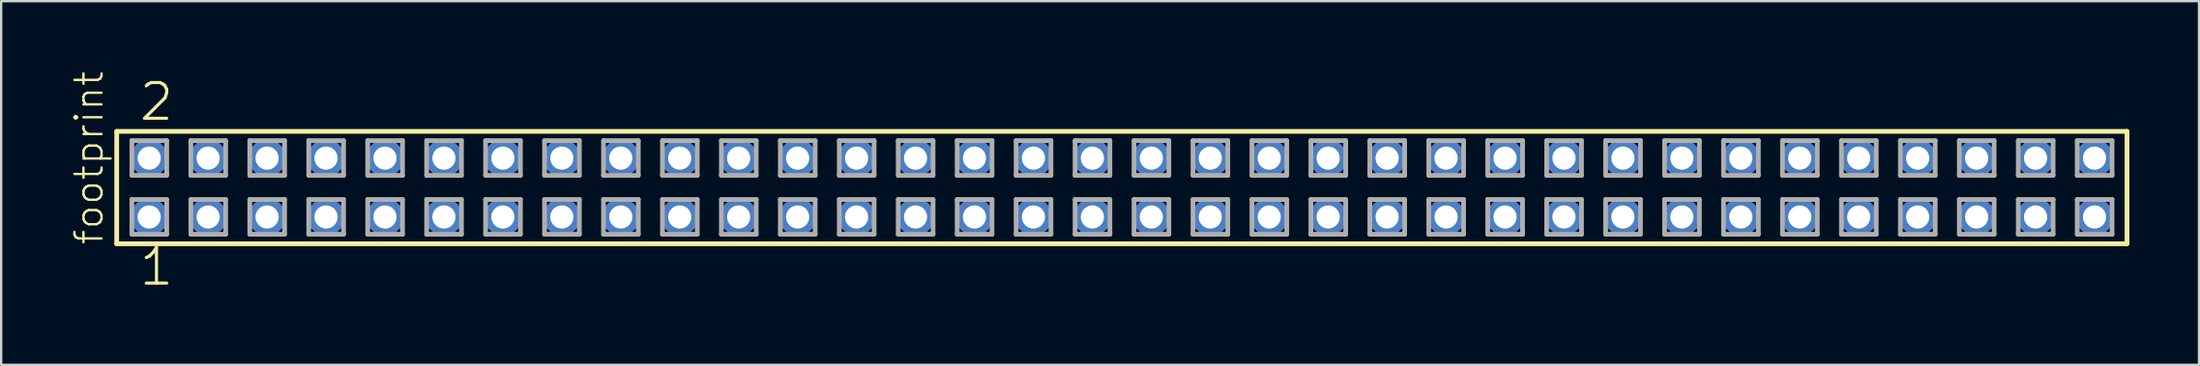
<source format=kicad_pcb>
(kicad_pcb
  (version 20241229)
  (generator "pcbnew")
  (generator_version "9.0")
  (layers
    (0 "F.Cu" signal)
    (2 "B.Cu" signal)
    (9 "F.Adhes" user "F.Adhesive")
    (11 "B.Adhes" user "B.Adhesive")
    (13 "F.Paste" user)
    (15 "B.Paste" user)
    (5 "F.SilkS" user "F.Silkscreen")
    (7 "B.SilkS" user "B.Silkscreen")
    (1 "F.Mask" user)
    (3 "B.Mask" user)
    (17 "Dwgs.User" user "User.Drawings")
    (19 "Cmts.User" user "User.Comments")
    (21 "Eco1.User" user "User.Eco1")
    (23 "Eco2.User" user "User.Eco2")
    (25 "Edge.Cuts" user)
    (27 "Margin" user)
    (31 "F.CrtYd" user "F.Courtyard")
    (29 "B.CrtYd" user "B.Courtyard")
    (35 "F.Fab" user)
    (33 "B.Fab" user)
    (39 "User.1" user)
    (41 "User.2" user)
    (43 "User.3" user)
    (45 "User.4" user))
  (footprint "footprint"
    (layer "F.Cu")
    (at 45.288 5.042)
    (property "Reference" "footprint" (at -43.815 2.54 90) (layer "F.SilkS") (effects (font (size 1.168 1.168) (thickness 0.102)) (justify left bottom)))
    (fp_line (start -43.309 -2.425) (end 43.309 -2.425) (stroke (width 0.203) (type solid)) (layer "F.SilkS"))
    (fp_line (start -43.309 2.425) (end -43.309 -2.425) (stroke (width 0.203) (type solid)) (layer "F.SilkS"))
    (fp_line (start 43.309 -2.425) (end 43.309 2.425) (stroke (width 0.203) (type solid)) (layer "F.SilkS"))
    (fp_line (start 43.309 2.425) (end -43.309 2.425) (stroke (width 0.203) (type solid)) (layer "F.SilkS"))
    (fp_line (start -42.655 -2.025) (end -41.155 -2.025) (stroke (width 0.203) (type solid)) (layer "F.Fab"))
    (fp_line (start -42.655 -0.525) (end -42.655 -2.025) (stroke (width 0.203) (type solid)) (layer "F.Fab"))
    (fp_line (start -42.655 0.515) (end -41.155 0.515) (stroke (width 0.203) (type solid)) (layer "F.Fab"))
    (fp_line (start -42.655 2.015) (end -42.655 0.515) (stroke (width 0.203) (type solid)) (layer "F.Fab"))
    (fp_line (start -41.155 -2.025) (end -41.155 -0.525) (stroke (width 0.203) (type solid)) (layer "F.Fab"))
    (fp_line (start -41.155 -0.525) (end -42.655 -0.525) (stroke (width 0.203) (type solid)) (layer "F.Fab"))
    (fp_line (start -41.155 0.515) (end -41.155 2.015) (stroke (width 0.203) (type solid)) (layer "F.Fab"))
    (fp_line (start -41.155 2.015) (end -42.655 2.015) (stroke (width 0.203) (type solid)) (layer "F.Fab"))
    (fp_line (start -40.115 -2.025) (end -38.615 -2.025) (stroke (width 0.203) (type solid)) (layer "F.Fab"))
    (fp_line (start -40.115 -0.525) (end -40.115 -2.025) (stroke (width 0.203) (type solid)) (layer "F.Fab"))
    (fp_line (start -40.115 0.515) (end -38.615 0.515) (stroke (width 0.203) (type solid)) (layer "F.Fab"))
    (fp_line (start -40.115 2.015) (end -40.115 0.515) (stroke (width 0.203) (type solid)) (layer "F.Fab"))
    (fp_line (start -38.615 -2.025) (end -38.615 -0.525) (stroke (width 0.203) (type solid)) (layer "F.Fab"))
    (fp_line (start -38.615 -0.525) (end -40.115 -0.525) (stroke (width 0.203) (type solid)) (layer "F.Fab"))
    (fp_line (start -38.615 0.515) (end -38.615 2.015) (stroke (width 0.203) (type solid)) (layer "F.Fab"))
    (fp_line (start -38.615 2.015) (end -40.115 2.015) (stroke (width 0.203) (type solid)) (layer "F.Fab"))
    (fp_line (start -37.575 -2.025) (end -36.075 -2.025) (stroke (width 0.203) (type solid)) (layer "F.Fab"))
    (fp_line (start -37.575 -0.525) (end -37.575 -2.025) (stroke (width 0.203) (type solid)) (layer "F.Fab"))
    (fp_line (start -37.575 0.515) (end -36.075 0.515) (stroke (width 0.203) (type solid)) (layer "F.Fab"))
    (fp_line (start -37.575 2.015) (end -37.575 0.515) (stroke (width 0.203) (type solid)) (layer "F.Fab"))
    (fp_line (start -36.075 -2.025) (end -36.075 -0.525) (stroke (width 0.203) (type solid)) (layer "F.Fab"))
    (fp_line (start -36.075 -0.525) (end -37.575 -0.525) (stroke (width 0.203) (type solid)) (layer "F.Fab"))
    (fp_line (start -36.075 0.515) (end -36.075 2.015) (stroke (width 0.203) (type solid)) (layer "F.Fab"))
    (fp_line (start -36.075 2.015) (end -37.575 2.015) (stroke (width 0.203) (type solid)) (layer "F.Fab"))
    (fp_line (start -35.035 -2.025) (end -33.535 -2.025) (stroke (width 0.203) (type solid)) (layer "F.Fab"))
    (fp_line (start -35.035 -0.525) (end -35.035 -2.025) (stroke (width 0.203) (type solid)) (layer "F.Fab"))
    (fp_line (start -35.035 0.515) (end -33.535 0.515) (stroke (width 0.203) (type solid)) (layer "F.Fab"))
    (fp_line (start -35.035 2.015) (end -35.035 0.515) (stroke (width 0.203) (type solid)) (layer "F.Fab"))
    (fp_line (start -33.535 -2.025) (end -33.535 -0.525) (stroke (width 0.203) (type solid)) (layer "F.Fab"))
    (fp_line (start -33.535 -0.525) (end -35.035 -0.525) (stroke (width 0.203) (type solid)) (layer "F.Fab"))
    (fp_line (start -33.535 0.515) (end -33.535 2.015) (stroke (width 0.203) (type solid)) (layer "F.Fab"))
    (fp_line (start -33.535 2.015) (end -35.035 2.015) (stroke (width 0.203) (type solid)) (layer "F.Fab"))
    (fp_line (start -32.495 -2.025) (end -30.995 -2.025) (stroke (width 0.203) (type solid)) (layer "F.Fab"))
    (fp_line (start -32.495 -0.525) (end -32.495 -2.025) (stroke (width 0.203) (type solid)) (layer "F.Fab"))
    (fp_line (start -32.495 0.515) (end -30.995 0.515) (stroke (width 0.203) (type solid)) (layer "F.Fab"))
    (fp_line (start -32.495 2.015) (end -32.495 0.515) (stroke (width 0.203) (type solid)) (layer "F.Fab"))
    (fp_line (start -30.995 -2.025) (end -30.995 -0.525) (stroke (width 0.203) (type solid)) (layer "F.Fab"))
    (fp_line (start -30.995 -0.525) (end -32.495 -0.525) (stroke (width 0.203) (type solid)) (layer "F.Fab"))
    (fp_line (start -30.995 0.515) (end -30.995 2.015) (stroke (width 0.203) (type solid)) (layer "F.Fab"))
    (fp_line (start -30.995 2.015) (end -32.495 2.015) (stroke (width 0.203) (type solid)) (layer "F.Fab"))
    (fp_line (start -29.955 -2.025) (end -28.455 -2.025) (stroke (width 0.203) (type solid)) (layer "F.Fab"))
    (fp_line (start -29.955 -0.525) (end -29.955 -2.025) (stroke (width 0.203) (type solid)) (layer "F.Fab"))
    (fp_line (start -29.955 0.515) (end -28.455 0.515) (stroke (width 0.203) (type solid)) (layer "F.Fab"))
    (fp_line (start -29.955 2.015) (end -29.955 0.515) (stroke (width 0.203) (type solid)) (layer "F.Fab"))
    (fp_line (start -28.455 -2.025) (end -28.455 -0.525) (stroke (width 0.203) (type solid)) (layer "F.Fab"))
    (fp_line (start -28.455 -0.525) (end -29.955 -0.525) (stroke (width 0.203) (type solid)) (layer "F.Fab"))
    (fp_line (start -28.455 0.515) (end -28.455 2.015) (stroke (width 0.203) (type solid)) (layer "F.Fab"))
    (fp_line (start -28.455 2.015) (end -29.955 2.015) (stroke (width 0.203) (type solid)) (layer "F.Fab"))
    (fp_line (start -27.415 -2.025) (end -25.915 -2.025) (stroke (width 0.203) (type solid)) (layer "F.Fab"))
    (fp_line (start -27.415 -0.525) (end -27.415 -2.025) (stroke (width 0.203) (type solid)) (layer "F.Fab"))
    (fp_line (start -27.415 0.515) (end -25.915 0.515) (stroke (width 0.203) (type solid)) (layer "F.Fab"))
    (fp_line (start -27.415 2.015) (end -27.415 0.515) (stroke (width 0.203) (type solid)) (layer "F.Fab"))
    (fp_line (start -25.915 -2.025) (end -25.915 -0.525) (stroke (width 0.203) (type solid)) (layer "F.Fab"))
    (fp_line (start -25.915 -0.525) (end -27.415 -0.525) (stroke (width 0.203) (type solid)) (layer "F.Fab"))
    (fp_line (start -25.915 0.515) (end -25.915 2.015) (stroke (width 0.203) (type solid)) (layer "F.Fab"))
    (fp_line (start -25.915 2.015) (end -27.415 2.015) (stroke (width 0.203) (type solid)) (layer "F.Fab"))
    (fp_line (start -24.875 -2.025) (end -23.375 -2.025) (stroke (width 0.203) (type solid)) (layer "F.Fab"))
    (fp_line (start -24.875 -0.525) (end -24.875 -2.025) (stroke (width 0.203) (type solid)) (layer "F.Fab"))
    (fp_line (start -24.875 0.515) (end -23.375 0.515) (stroke (width 0.203) (type solid)) (layer "F.Fab"))
    (fp_line (start -24.875 2.015) (end -24.875 0.515) (stroke (width 0.203) (type solid)) (layer "F.Fab"))
    (fp_line (start -23.375 -2.025) (end -23.375 -0.525) (stroke (width 0.203) (type solid)) (layer "F.Fab"))
    (fp_line (start -23.375 -0.525) (end -24.875 -0.525) (stroke (width 0.203) (type solid)) (layer "F.Fab"))
    (fp_line (start -23.375 0.515) (end -23.375 2.015) (stroke (width 0.203) (type solid)) (layer "F.Fab"))
    (fp_line (start -23.375 2.015) (end -24.875 2.015) (stroke (width 0.203) (type solid)) (layer "F.Fab"))
    (fp_line (start -22.335 -2.025) (end -20.835 -2.025) (stroke (width 0.203) (type solid)) (layer "F.Fab"))
    (fp_line (start -22.335 -0.525) (end -22.335 -2.025) (stroke (width 0.203) (type solid)) (layer "F.Fab"))
    (fp_line (start -22.335 0.515) (end -20.835 0.515) (stroke (width 0.203) (type solid)) (layer "F.Fab"))
    (fp_line (start -22.335 2.015) (end -22.335 0.515) (stroke (width 0.203) (type solid)) (layer "F.Fab"))
    (fp_line (start -20.835 -2.025) (end -20.835 -0.525) (stroke (width 0.203) (type solid)) (layer "F.Fab"))
    (fp_line (start -20.835 -0.525) (end -22.335 -0.525) (stroke (width 0.203) (type solid)) (layer "F.Fab"))
    (fp_line (start -20.835 0.515) (end -20.835 2.015) (stroke (width 0.203) (type solid)) (layer "F.Fab"))
    (fp_line (start -20.835 2.015) (end -22.335 2.015) (stroke (width 0.203) (type solid)) (layer "F.Fab"))
    (fp_line (start -19.795 -2.025) (end -18.295 -2.025) (stroke (width 0.203) (type solid)) (layer "F.Fab"))
    (fp_line (start -19.795 -0.525) (end -19.795 -2.025) (stroke (width 0.203) (type solid)) (layer "F.Fab"))
    (fp_line (start -19.795 0.515) (end -18.295 0.515) (stroke (width 0.203) (type solid)) (layer "F.Fab"))
    (fp_line (start -19.795 2.015) (end -19.795 0.515) (stroke (width 0.203) (type solid)) (layer "F.Fab"))
    (fp_line (start -18.295 -2.025) (end -18.295 -0.525) (stroke (width 0.203) (type solid)) (layer "F.Fab"))
    (fp_line (start -18.295 -0.525) (end -19.795 -0.525) (stroke (width 0.203) (type solid)) (layer "F.Fab"))
    (fp_line (start -18.295 0.515) (end -18.295 2.015) (stroke (width 0.203) (type solid)) (layer "F.Fab"))
    (fp_line (start -18.295 2.015) (end -19.795 2.015) (stroke (width 0.203) (type solid)) (layer "F.Fab"))
    (fp_line (start -17.255 -2.025) (end -15.755 -2.025) (stroke (width 0.203) (type solid)) (layer "F.Fab"))
    (fp_line (start -17.255 -0.525) (end -17.255 -2.025) (stroke (width 0.203) (type solid)) (layer "F.Fab"))
    (fp_line (start -17.255 0.515) (end -15.755 0.515) (stroke (width 0.203) (type solid)) (layer "F.Fab"))
    (fp_line (start -17.255 2.015) (end -17.255 0.515) (stroke (width 0.203) (type solid)) (layer "F.Fab"))
    (fp_line (start -15.755 -2.025) (end -15.755 -0.525) (stroke (width 0.203) (type solid)) (layer "F.Fab"))
    (fp_line (start -15.755 -0.525) (end -17.255 -0.525) (stroke (width 0.203) (type solid)) (layer "F.Fab"))
    (fp_line (start -15.755 0.515) (end -15.755 2.015) (stroke (width 0.203) (type solid)) (layer "F.Fab"))
    (fp_line (start -15.755 2.015) (end -17.255 2.015) (stroke (width 0.203) (type solid)) (layer "F.Fab"))
    (fp_line (start -14.715 -2.025) (end -13.215 -2.025) (stroke (width 0.203) (type solid)) (layer "F.Fab"))
    (fp_line (start -14.715 -0.525) (end -14.715 -2.025) (stroke (width 0.203) (type solid)) (layer "F.Fab"))
    (fp_line (start -14.715 0.515) (end -13.215 0.515) (stroke (width 0.203) (type solid)) (layer "F.Fab"))
    (fp_line (start -14.715 2.015) (end -14.715 0.515) (stroke (width 0.203) (type solid)) (layer "F.Fab"))
    (fp_line (start -13.215 -2.025) (end -13.215 -0.525) (stroke (width 0.203) (type solid)) (layer "F.Fab"))
    (fp_line (start -13.215 -0.525) (end -14.715 -0.525) (stroke (width 0.203) (type solid)) (layer "F.Fab"))
    (fp_line (start -13.215 0.515) (end -13.215 2.015) (stroke (width 0.203) (type solid)) (layer "F.Fab"))
    (fp_line (start -13.215 2.015) (end -14.715 2.015) (stroke (width 0.203) (type solid)) (layer "F.Fab"))
    (fp_line (start -12.175 -2.025) (end -10.675 -2.025) (stroke (width 0.203) (type solid)) (layer "F.Fab"))
    (fp_line (start -12.175 -0.525) (end -12.175 -2.025) (stroke (width 0.203) (type solid)) (layer "F.Fab"))
    (fp_line (start -12.175 0.515) (end -10.675 0.515) (stroke (width 0.203) (type solid)) (layer "F.Fab"))
    (fp_line (start -12.175 2.015) (end -12.175 0.515) (stroke (width 0.203) (type solid)) (layer "F.Fab"))
    (fp_line (start -10.675 -2.025) (end -10.675 -0.525) (stroke (width 0.203) (type solid)) (layer "F.Fab"))
    (fp_line (start -10.675 -0.525) (end -12.175 -0.525) (stroke (width 0.203) (type solid)) (layer "F.Fab"))
    (fp_line (start -10.675 0.515) (end -10.675 2.015) (stroke (width 0.203) (type solid)) (layer "F.Fab"))
    (fp_line (start -10.675 2.015) (end -12.175 2.015) (stroke (width 0.203) (type solid)) (layer "F.Fab"))
    (fp_line (start -9.635 -2.025) (end -8.135 -2.025) (stroke (width 0.203) (type solid)) (layer "F.Fab"))
    (fp_line (start -9.635 -0.525) (end -9.635 -2.025) (stroke (width 0.203) (type solid)) (layer "F.Fab"))
    (fp_line (start -9.635 0.515) (end -8.135 0.515) (stroke (width 0.203) (type solid)) (layer "F.Fab"))
    (fp_line (start -9.635 2.015) (end -9.635 0.515) (stroke (width 0.203) (type solid)) (layer "F.Fab"))
    (fp_line (start -8.135 -2.025) (end -8.135 -0.525) (stroke (width 0.203) (type solid)) (layer "F.Fab"))
    (fp_line (start -8.135 -0.525) (end -9.635 -0.525) (stroke (width 0.203) (type solid)) (layer "F.Fab"))
    (fp_line (start -8.135 0.515) (end -8.135 2.015) (stroke (width 0.203) (type solid)) (layer "F.Fab"))
    (fp_line (start -8.135 2.015) (end -9.635 2.015) (stroke (width 0.203) (type solid)) (layer "F.Fab"))
    (fp_line (start -7.095 -2.025) (end -5.595 -2.025) (stroke (width 0.203) (type solid)) (layer "F.Fab"))
    (fp_line (start -7.095 -0.525) (end -7.095 -2.025) (stroke (width 0.203) (type solid)) (layer "F.Fab"))
    (fp_line (start -7.095 0.515) (end -5.595 0.515) (stroke (width 0.203) (type solid)) (layer "F.Fab"))
    (fp_line (start -7.095 2.015) (end -7.095 0.515) (stroke (width 0.203) (type solid)) (layer "F.Fab"))
    (fp_line (start -5.595 -2.025) (end -5.595 -0.525) (stroke (width 0.203) (type solid)) (layer "F.Fab"))
    (fp_line (start -5.595 -0.525) (end -7.095 -0.525) (stroke (width 0.203) (type solid)) (layer "F.Fab"))
    (fp_line (start -5.595 0.515) (end -5.595 2.015) (stroke (width 0.203) (type solid)) (layer "F.Fab"))
    (fp_line (start -5.595 2.015) (end -7.095 2.015) (stroke (width 0.203) (type solid)) (layer "F.Fab"))
    (fp_line (start -4.555 -2.025) (end -3.055 -2.025) (stroke (width 0.203) (type solid)) (layer "F.Fab"))
    (fp_line (start -4.555 -0.525) (end -4.555 -2.025) (stroke (width 0.203) (type solid)) (layer "F.Fab"))
    (fp_line (start -4.555 0.515) (end -3.055 0.515) (stroke (width 0.203) (type solid)) (layer "F.Fab"))
    (fp_line (start -4.555 2.015) (end -4.555 0.515) (stroke (width 0.203) (type solid)) (layer "F.Fab"))
    (fp_line (start -3.055 -2.025) (end -3.055 -0.525) (stroke (width 0.203) (type solid)) (layer "F.Fab"))
    (fp_line (start -3.055 -0.525) (end -4.555 -0.525) (stroke (width 0.203) (type solid)) (layer "F.Fab"))
    (fp_line (start -3.055 0.515) (end -3.055 2.015) (stroke (width 0.203) (type solid)) (layer "F.Fab"))
    (fp_line (start -3.055 2.015) (end -4.555 2.015) (stroke (width 0.203) (type solid)) (layer "F.Fab"))
    (fp_line (start -2.015 -2.025) (end -0.515 -2.025) (stroke (width 0.203) (type solid)) (layer "F.Fab"))
    (fp_line (start -2.015 -0.525) (end -2.015 -2.025) (stroke (width 0.203) (type solid)) (layer "F.Fab"))
    (fp_line (start -2.015 0.515) (end -0.515 0.515) (stroke (width 0.203) (type solid)) (layer "F.Fab"))
    (fp_line (start -2.015 2.015) (end -2.015 0.515) (stroke (width 0.203) (type solid)) (layer "F.Fab"))
    (fp_line (start -0.515 -2.025) (end -0.515 -0.525) (stroke (width 0.203) (type solid)) (layer "F.Fab"))
    (fp_line (start -0.515 -0.525) (end -2.015 -0.525) (stroke (width 0.203) (type solid)) (layer "F.Fab"))
    (fp_line (start -0.515 0.515) (end -0.515 2.015) (stroke (width 0.203) (type solid)) (layer "F.Fab"))
    (fp_line (start -0.515 2.015) (end -2.015 2.015) (stroke (width 0.203) (type solid)) (layer "F.Fab"))
    (fp_line (start 0.525 -2.025) (end 2.025 -2.025) (stroke (width 0.203) (type solid)) (layer "F.Fab"))
    (fp_line (start 0.525 -0.525) (end 0.525 -2.025) (stroke (width 0.203) (type solid)) (layer "F.Fab"))
    (fp_line (start 0.525 0.515) (end 2.025 0.515) (stroke (width 0.203) (type solid)) (layer "F.Fab"))
    (fp_line (start 0.525 2.015) (end 0.525 0.515) (stroke (width 0.203) (type solid)) (layer "F.Fab"))
    (fp_line (start 2.025 -2.025) (end 2.025 -0.525) (stroke (width 0.203) (type solid)) (layer "F.Fab"))
    (fp_line (start 2.025 -0.525) (end 0.525 -0.525) (stroke (width 0.203) (type solid)) (layer "F.Fab"))
    (fp_line (start 2.025 0.515) (end 2.025 2.015) (stroke (width 0.203) (type solid)) (layer "F.Fab"))
    (fp_line (start 2.025 2.015) (end 0.525 2.015) (stroke (width 0.203) (type solid)) (layer "F.Fab"))
    (fp_line (start 3.065 -2.025) (end 4.565 -2.025) (stroke (width 0.203) (type solid)) (layer "F.Fab"))
    (fp_line (start 3.065 -0.525) (end 3.065 -2.025) (stroke (width 0.203) (type solid)) (layer "F.Fab"))
    (fp_line (start 3.065 0.515) (end 4.565 0.515) (stroke (width 0.203) (type solid)) (layer "F.Fab"))
    (fp_line (start 3.065 2.015) (end 3.065 0.515) (stroke (width 0.203) (type solid)) (layer "F.Fab"))
    (fp_line (start 4.565 -2.025) (end 4.565 -0.525) (stroke (width 0.203) (type solid)) (layer "F.Fab"))
    (fp_line (start 4.565 -0.525) (end 3.065 -0.525) (stroke (width 0.203) (type solid)) (layer "F.Fab"))
    (fp_line (start 4.565 0.515) (end 4.565 2.015) (stroke (width 0.203) (type solid)) (layer "F.Fab"))
    (fp_line (start 4.565 2.015) (end 3.065 2.015) (stroke (width 0.203) (type solid)) (layer "F.Fab"))
    (fp_line (start 5.605 -2.025) (end 7.105 -2.025) (stroke (width 0.203) (type solid)) (layer "F.Fab"))
    (fp_line (start 5.605 -0.525) (end 5.605 -2.025) (stroke (width 0.203) (type solid)) (layer "F.Fab"))
    (fp_line (start 5.605 0.515) (end 7.105 0.515) (stroke (width 0.203) (type solid)) (layer "F.Fab"))
    (fp_line (start 5.605 2.015) (end 5.605 0.515) (stroke (width 0.203) (type solid)) (layer "F.Fab"))
    (fp_line (start 7.105 -2.025) (end 7.105 -0.525) (stroke (width 0.203) (type solid)) (layer "F.Fab"))
    (fp_line (start 7.105 -0.525) (end 5.605 -0.525) (stroke (width 0.203) (type solid)) (layer "F.Fab"))
    (fp_line (start 7.105 0.515) (end 7.105 2.015) (stroke (width 0.203) (type solid)) (layer "F.Fab"))
    (fp_line (start 7.105 2.015) (end 5.605 2.015) (stroke (width 0.203) (type solid)) (layer "F.Fab"))
    (fp_line (start 8.145 -2.025) (end 9.645 -2.025) (stroke (width 0.203) (type solid)) (layer "F.Fab"))
    (fp_line (start 8.145 -0.525) (end 8.145 -2.025) (stroke (width 0.203) (type solid)) (layer "F.Fab"))
    (fp_line (start 8.145 0.515) (end 9.645 0.515) (stroke (width 0.203) (type solid)) (layer "F.Fab"))
    (fp_line (start 8.145 2.015) (end 8.145 0.515) (stroke (width 0.203) (type solid)) (layer "F.Fab"))
    (fp_line (start 9.645 -2.025) (end 9.645 -0.525) (stroke (width 0.203) (type solid)) (layer "F.Fab"))
    (fp_line (start 9.645 -0.525) (end 8.145 -0.525) (stroke (width 0.203) (type solid)) (layer "F.Fab"))
    (fp_line (start 9.645 0.515) (end 9.645 2.015) (stroke (width 0.203) (type solid)) (layer "F.Fab"))
    (fp_line (start 9.645 2.015) (end 8.145 2.015) (stroke (width 0.203) (type solid)) (layer "F.Fab"))
    (fp_line (start 10.685 -2.025) (end 12.185 -2.025) (stroke (width 0.203) (type solid)) (layer "F.Fab"))
    (fp_line (start 10.685 -0.525) (end 10.685 -2.025) (stroke (width 0.203) (type solid)) (layer "F.Fab"))
    (fp_line (start 10.685 0.515) (end 12.185 0.515) (stroke (width 0.203) (type solid)) (layer "F.Fab"))
    (fp_line (start 10.685 2.015) (end 10.685 0.515) (stroke (width 0.203) (type solid)) (layer "F.Fab"))
    (fp_line (start 12.185 -2.025) (end 12.185 -0.525) (stroke (width 0.203) (type solid)) (layer "F.Fab"))
    (fp_line (start 12.185 -0.525) (end 10.685 -0.525) (stroke (width 0.203) (type solid)) (layer "F.Fab"))
    (fp_line (start 12.185 0.515) (end 12.185 2.015) (stroke (width 0.203) (type solid)) (layer "F.Fab"))
    (fp_line (start 12.185 2.015) (end 10.685 2.015) (stroke (width 0.203) (type solid)) (layer "F.Fab"))
    (fp_line (start 13.225 -2.025) (end 14.725 -2.025) (stroke (width 0.203) (type solid)) (layer "F.Fab"))
    (fp_line (start 13.225 -0.525) (end 13.225 -2.025) (stroke (width 0.203) (type solid)) (layer "F.Fab"))
    (fp_line (start 13.225 0.515) (end 14.725 0.515) (stroke (width 0.203) (type solid)) (layer "F.Fab"))
    (fp_line (start 13.225 2.015) (end 13.225 0.515) (stroke (width 0.203) (type solid)) (layer "F.Fab"))
    (fp_line (start 14.725 -2.025) (end 14.725 -0.525) (stroke (width 0.203) (type solid)) (layer "F.Fab"))
    (fp_line (start 14.725 -0.525) (end 13.225 -0.525) (stroke (width 0.203) (type solid)) (layer "F.Fab"))
    (fp_line (start 14.725 0.515) (end 14.725 2.015) (stroke (width 0.203) (type solid)) (layer "F.Fab"))
    (fp_line (start 14.725 2.015) (end 13.225 2.015) (stroke (width 0.203) (type solid)) (layer "F.Fab"))
    (fp_line (start 15.765 -2.025) (end 17.265 -2.025) (stroke (width 0.203) (type solid)) (layer "F.Fab"))
    (fp_line (start 15.765 -0.525) (end 15.765 -2.025) (stroke (width 0.203) (type solid)) (layer "F.Fab"))
    (fp_line (start 15.765 0.515) (end 17.265 0.515) (stroke (width 0.203) (type solid)) (layer "F.Fab"))
    (fp_line (start 15.765 2.015) (end 15.765 0.515) (stroke (width 0.203) (type solid)) (layer "F.Fab"))
    (fp_line (start 17.265 -2.025) (end 17.265 -0.525) (stroke (width 0.203) (type solid)) (layer "F.Fab"))
    (fp_line (start 17.265 -0.525) (end 15.765 -0.525) (stroke (width 0.203) (type solid)) (layer "F.Fab"))
    (fp_line (start 17.265 0.515) (end 17.265 2.015) (stroke (width 0.203) (type solid)) (layer "F.Fab"))
    (fp_line (start 17.265 2.015) (end 15.765 2.015) (stroke (width 0.203) (type solid)) (layer "F.Fab"))
    (fp_line (start 18.305 -2.025) (end 19.805 -2.025) (stroke (width 0.203) (type solid)) (layer "F.Fab"))
    (fp_line (start 18.305 -0.525) (end 18.305 -2.025) (stroke (width 0.203) (type solid)) (layer "F.Fab"))
    (fp_line (start 18.305 0.515) (end 19.805 0.515) (stroke (width 0.203) (type solid)) (layer "F.Fab"))
    (fp_line (start 18.305 2.015) (end 18.305 0.515) (stroke (width 0.203) (type solid)) (layer "F.Fab"))
    (fp_line (start 19.805 -2.025) (end 19.805 -0.525) (stroke (width 0.203) (type solid)) (layer "F.Fab"))
    (fp_line (start 19.805 -0.525) (end 18.305 -0.525) (stroke (width 0.203) (type solid)) (layer "F.Fab"))
    (fp_line (start 19.805 0.515) (end 19.805 2.015) (stroke (width 0.203) (type solid)) (layer "F.Fab"))
    (fp_line (start 19.805 2.015) (end 18.305 2.015) (stroke (width 0.203) (type solid)) (layer "F.Fab"))
    (fp_line (start 20.845 -2.025) (end 22.345 -2.025) (stroke (width 0.203) (type solid)) (layer "F.Fab"))
    (fp_line (start 20.845 -0.525) (end 20.845 -2.025) (stroke (width 0.203) (type solid)) (layer "F.Fab"))
    (fp_line (start 20.845 0.515) (end 22.345 0.515) (stroke (width 0.203) (type solid)) (layer "F.Fab"))
    (fp_line (start 20.845 2.015) (end 20.845 0.515) (stroke (width 0.203) (type solid)) (layer "F.Fab"))
    (fp_line (start 22.345 -2.025) (end 22.345 -0.525) (stroke (width 0.203) (type solid)) (layer "F.Fab"))
    (fp_line (start 22.345 -0.525) (end 20.845 -0.525) (stroke (width 0.203) (type solid)) (layer "F.Fab"))
    (fp_line (start 22.345 0.515) (end 22.345 2.015) (stroke (width 0.203) (type solid)) (layer "F.Fab"))
    (fp_line (start 22.345 2.015) (end 20.845 2.015) (stroke (width 0.203) (type solid)) (layer "F.Fab"))
    (fp_line (start 23.385 -2.025) (end 24.885 -2.025) (stroke (width 0.203) (type solid)) (layer "F.Fab"))
    (fp_line (start 23.385 -0.525) (end 23.385 -2.025) (stroke (width 0.203) (type solid)) (layer "F.Fab"))
    (fp_line (start 23.385 0.515) (end 24.885 0.515) (stroke (width 0.203) (type solid)) (layer "F.Fab"))
    (fp_line (start 23.385 2.015) (end 23.385 0.515) (stroke (width 0.203) (type solid)) (layer "F.Fab"))
    (fp_line (start 24.885 -2.025) (end 24.885 -0.525) (stroke (width 0.203) (type solid)) (layer "F.Fab"))
    (fp_line (start 24.885 -0.525) (end 23.385 -0.525) (stroke (width 0.203) (type solid)) (layer "F.Fab"))
    (fp_line (start 24.885 0.515) (end 24.885 2.015) (stroke (width 0.203) (type solid)) (layer "F.Fab"))
    (fp_line (start 24.885 2.015) (end 23.385 2.015) (stroke (width 0.203) (type solid)) (layer "F.Fab"))
    (fp_line (start 25.925 -2.025) (end 27.425 -2.025) (stroke (width 0.203) (type solid)) (layer "F.Fab"))
    (fp_line (start 25.925 -0.525) (end 25.925 -2.025) (stroke (width 0.203) (type solid)) (layer "F.Fab"))
    (fp_line (start 25.925 0.515) (end 27.425 0.515) (stroke (width 0.203) (type solid)) (layer "F.Fab"))
    (fp_line (start 25.925 2.015) (end 25.925 0.515) (stroke (width 0.203) (type solid)) (layer "F.Fab"))
    (fp_line (start 27.425 -2.025) (end 27.425 -0.525) (stroke (width 0.203) (type solid)) (layer "F.Fab"))
    (fp_line (start 27.425 -0.525) (end 25.925 -0.525) (stroke (width 0.203) (type solid)) (layer "F.Fab"))
    (fp_line (start 27.425 0.515) (end 27.425 2.015) (stroke (width 0.203) (type solid)) (layer "F.Fab"))
    (fp_line (start 27.425 2.015) (end 25.925 2.015) (stroke (width 0.203) (type solid)) (layer "F.Fab"))
    (fp_line (start 28.465 -2.025) (end 29.965 -2.025) (stroke (width 0.203) (type solid)) (layer "F.Fab"))
    (fp_line (start 28.465 -0.525) (end 28.465 -2.025) (stroke (width 0.203) (type solid)) (layer "F.Fab"))
    (fp_line (start 28.465 0.515) (end 29.965 0.515) (stroke (width 0.203) (type solid)) (layer "F.Fab"))
    (fp_line (start 28.465 2.015) (end 28.465 0.515) (stroke (width 0.203) (type solid)) (layer "F.Fab"))
    (fp_line (start 29.965 -2.025) (end 29.965 -0.525) (stroke (width 0.203) (type solid)) (layer "F.Fab"))
    (fp_line (start 29.965 -0.525) (end 28.465 -0.525) (stroke (width 0.203) (type solid)) (layer "F.Fab"))
    (fp_line (start 29.965 0.515) (end 29.965 2.015) (stroke (width 0.203) (type solid)) (layer "F.Fab"))
    (fp_line (start 29.965 2.015) (end 28.465 2.015) (stroke (width 0.203) (type solid)) (layer "F.Fab"))
    (fp_line (start 31.005 -2.025) (end 32.505 -2.025) (stroke (width 0.203) (type solid)) (layer "F.Fab"))
    (fp_line (start 31.005 -0.525) (end 31.005 -2.025) (stroke (width 0.203) (type solid)) (layer "F.Fab"))
    (fp_line (start 31.005 0.515) (end 32.505 0.515) (stroke (width 0.203) (type solid)) (layer "F.Fab"))
    (fp_line (start 31.005 2.015) (end 31.005 0.515) (stroke (width 0.203) (type solid)) (layer "F.Fab"))
    (fp_line (start 32.505 -2.025) (end 32.505 -0.525) (stroke (width 0.203) (type solid)) (layer "F.Fab"))
    (fp_line (start 32.505 -0.525) (end 31.005 -0.525) (stroke (width 0.203) (type solid)) (layer "F.Fab"))
    (fp_line (start 32.505 0.515) (end 32.505 2.015) (stroke (width 0.203) (type solid)) (layer "F.Fab"))
    (fp_line (start 32.505 2.015) (end 31.005 2.015) (stroke (width 0.203) (type solid)) (layer "F.Fab"))
    (fp_line (start 33.545 -2.025) (end 35.045 -2.025) (stroke (width 0.203) (type solid)) (layer "F.Fab"))
    (fp_line (start 33.545 -0.525) (end 33.545 -2.025) (stroke (width 0.203) (type solid)) (layer "F.Fab"))
    (fp_line (start 33.545 0.515) (end 35.045 0.515) (stroke (width 0.203) (type solid)) (layer "F.Fab"))
    (fp_line (start 33.545 2.015) (end 33.545 0.515) (stroke (width 0.203) (type solid)) (layer "F.Fab"))
    (fp_line (start 35.045 -2.025) (end 35.045 -0.525) (stroke (width 0.203) (type solid)) (layer "F.Fab"))
    (fp_line (start 35.045 -0.525) (end 33.545 -0.525) (stroke (width 0.203) (type solid)) (layer "F.Fab"))
    (fp_line (start 35.045 0.515) (end 35.045 2.015) (stroke (width 0.203) (type solid)) (layer "F.Fab"))
    (fp_line (start 35.045 2.015) (end 33.545 2.015) (stroke (width 0.203) (type solid)) (layer "F.Fab"))
    (fp_line (start 36.085 -2.025) (end 37.585 -2.025) (stroke (width 0.203) (type solid)) (layer "F.Fab"))
    (fp_line (start 36.085 -0.525) (end 36.085 -2.025) (stroke (width 0.203) (type solid)) (layer "F.Fab"))
    (fp_line (start 36.085 0.515) (end 37.585 0.515) (stroke (width 0.203) (type solid)) (layer "F.Fab"))
    (fp_line (start 36.085 2.015) (end 36.085 0.515) (stroke (width 0.203) (type solid)) (layer "F.Fab"))
    (fp_line (start 37.585 -2.025) (end 37.585 -0.525) (stroke (width 0.203) (type solid)) (layer "F.Fab"))
    (fp_line (start 37.585 -0.525) (end 36.085 -0.525) (stroke (width 0.203) (type solid)) (layer "F.Fab"))
    (fp_line (start 37.585 0.515) (end 37.585 2.015) (stroke (width 0.203) (type solid)) (layer "F.Fab"))
    (fp_line (start 37.585 2.015) (end 36.085 2.015) (stroke (width 0.203) (type solid)) (layer "F.Fab"))
    (fp_line (start 38.625 -2.025) (end 40.125 -2.025) (stroke (width 0.203) (type solid)) (layer "F.Fab"))
    (fp_line (start 38.625 -0.525) (end 38.625 -2.025) (stroke (width 0.203) (type solid)) (layer "F.Fab"))
    (fp_line (start 38.625 0.515) (end 40.125 0.515) (stroke (width 0.203) (type solid)) (layer "F.Fab"))
    (fp_line (start 38.625 2.015) (end 38.625 0.515) (stroke (width 0.203) (type solid)) (layer "F.Fab"))
    (fp_line (start 40.125 -2.025) (end 40.125 -0.525) (stroke (width 0.203) (type solid)) (layer "F.Fab"))
    (fp_line (start 40.125 -0.525) (end 38.625 -0.525) (stroke (width 0.203) (type solid)) (layer "F.Fab"))
    (fp_line (start 40.125 0.515) (end 40.125 2.015) (stroke (width 0.203) (type solid)) (layer "F.Fab"))
    (fp_line (start 40.125 2.015) (end 38.625 2.015) (stroke (width 0.203) (type solid)) (layer "F.Fab"))
    (fp_line (start 41.165 -2.025) (end 42.665 -2.025) (stroke (width 0.203) (type solid)) (layer "F.Fab"))
    (fp_line (start 41.165 -0.525) (end 41.165 -2.025) (stroke (width 0.203) (type solid)) (layer "F.Fab"))
    (fp_line (start 41.165 0.515) (end 42.665 0.515) (stroke (width 0.203) (type solid)) (layer "F.Fab"))
    (fp_line (start 41.165 2.015) (end 41.165 0.515) (stroke (width 0.203) (type solid)) (layer "F.Fab"))
    (fp_line (start 42.665 -2.025) (end 42.665 -0.525) (stroke (width 0.203) (type solid)) (layer "F.Fab"))
    (fp_line (start 42.665 -0.525) (end 41.165 -0.525) (stroke (width 0.203) (type solid)) (layer "F.Fab"))
    (fp_line (start 42.665 0.515) (end 42.665 2.015) (stroke (width 0.203) (type solid)) (layer "F.Fab"))
    (fp_line (start 42.665 2.015) (end 41.165 2.015) (stroke (width 0.203) (type solid)) (layer "F.Fab"))
    (fp_text user "2" (at -42.418 -2.794 0) (layer "F.SilkS") (effects (font (size 1.542 1.542) (thickness 0.134)) (justify left bottom)))
    (fp_text user "1" (at -42.418 4.318 0) (layer "F.SilkS") (effects (font (size 1.542 1.542) (thickness 0.134)) (justify left bottom)))
    (pad "1" thru_hole roundrect (at -41.91 1.27) (size 1.5 1.5) (drill 1) (layers "*.Cu" "*.Mask") (roundrect_rratio 0.25) (chamfer_ratio 0.25) (chamfer top_left top_right bottom_left bottom_right))
    (pad "2" thru_hole roundrect (at -41.91 -1.27) (size 1.5 1.5) (drill 1) (layers "*.Cu" "*.Mask") (roundrect_rratio 0.25) (chamfer_ratio 0.25) (chamfer top_left top_right bottom_left bottom_right))
    (pad "3" thru_hole roundrect (at -39.37 1.27) (size 1.5 1.5) (drill 1) (layers "*.Cu" "*.Mask") (roundrect_rratio 0.25) (chamfer_ratio 0.25) (chamfer top_left top_right bottom_left bottom_right))
    (pad "4" thru_hole roundrect (at -39.37 -1.27) (size 1.5 1.5) (drill 1) (layers "*.Cu" "*.Mask") (roundrect_rratio 0.25) (chamfer_ratio 0.25) (chamfer top_left top_right bottom_left bottom_right))
    (pad "5" thru_hole roundrect (at -36.83 1.27) (size 1.5 1.5) (drill 1) (layers "*.Cu" "*.Mask") (roundrect_rratio 0.25) (chamfer_ratio 0.25) (chamfer top_left top_right bottom_left bottom_right))
    (pad "6" thru_hole roundrect (at -36.83 -1.27) (size 1.5 1.5) (drill 1) (layers "*.Cu" "*.Mask") (roundrect_rratio 0.25) (chamfer_ratio 0.25) (chamfer top_left top_right bottom_left bottom_right))
    (pad "7" thru_hole roundrect (at -34.29 1.27) (size 1.5 1.5) (drill 1) (layers "*.Cu" "*.Mask") (roundrect_rratio 0.25) (chamfer_ratio 0.25) (chamfer top_left top_right bottom_left bottom_right))
    (pad "8" thru_hole roundrect (at -34.29 -1.27) (size 1.5 1.5) (drill 1) (layers "*.Cu" "*.Mask") (roundrect_rratio 0.25) (chamfer_ratio 0.25) (chamfer top_left top_right bottom_left bottom_right))
    (pad "9" thru_hole roundrect (at -31.75 1.27) (size 1.5 1.5) (drill 1) (layers "*.Cu" "*.Mask") (roundrect_rratio 0.25) (chamfer_ratio 0.25) (chamfer top_left top_right bottom_left bottom_right))
    (pad "10" thru_hole roundrect (at -31.75 -1.27) (size 1.5 1.5) (drill 1) (layers "*.Cu" "*.Mask") (roundrect_rratio 0.25) (chamfer_ratio 0.25) (chamfer top_left top_right bottom_left bottom_right))
    (pad "11" thru_hole roundrect (at -29.21 1.27) (size 1.5 1.5) (drill 1) (layers "*.Cu" "*.Mask") (roundrect_rratio 0.25) (chamfer_ratio 0.25) (chamfer top_left top_right bottom_left bottom_right))
    (pad "12" thru_hole roundrect (at -29.21 -1.27) (size 1.5 1.5) (drill 1) (layers "*.Cu" "*.Mask") (roundrect_rratio 0.25) (chamfer_ratio 0.25) (chamfer top_left top_right bottom_left bottom_right))
    (pad "13" thru_hole roundrect (at -26.67 1.27) (size 1.5 1.5) (drill 1) (layers "*.Cu" "*.Mask") (roundrect_rratio 0.25) (chamfer_ratio 0.25) (chamfer top_left top_right bottom_left bottom_right))
    (pad "14" thru_hole roundrect (at -26.67 -1.27) (size 1.5 1.5) (drill 1) (layers "*.Cu" "*.Mask") (roundrect_rratio 0.25) (chamfer_ratio 0.25) (chamfer top_left top_right bottom_left bottom_right))
    (pad "15" thru_hole roundrect (at -24.13 1.27) (size 1.5 1.5) (drill 1) (layers "*.Cu" "*.Mask") (roundrect_rratio 0.25) (chamfer_ratio 0.25) (chamfer top_left top_right bottom_left bottom_right))
    (pad "16" thru_hole roundrect (at -24.13 -1.27) (size 1.5 1.5) (drill 1) (layers "*.Cu" "*.Mask") (roundrect_rratio 0.25) (chamfer_ratio 0.25) (chamfer top_left top_right bottom_left bottom_right))
    (pad "17" thru_hole roundrect (at -21.59 1.27) (size 1.5 1.5) (drill 1) (layers "*.Cu" "*.Mask") (roundrect_rratio 0.25) (chamfer_ratio 0.25) (chamfer top_left top_right bottom_left bottom_right))
    (pad "18" thru_hole roundrect (at -21.59 -1.27) (size 1.5 1.5) (drill 1) (layers "*.Cu" "*.Mask") (roundrect_rratio 0.25) (chamfer_ratio 0.25) (chamfer top_left top_right bottom_left bottom_right))
    (pad "19" thru_hole roundrect (at -19.05 1.27) (size 1.5 1.5) (drill 1) (layers "*.Cu" "*.Mask") (roundrect_rratio 0.25) (chamfer_ratio 0.25) (chamfer top_left top_right bottom_left bottom_right))
    (pad "20" thru_hole roundrect (at -19.05 -1.27) (size 1.5 1.5) (drill 1) (layers "*.Cu" "*.Mask") (roundrect_rratio 0.25) (chamfer_ratio 0.25) (chamfer top_left top_right bottom_left bottom_right))
    (pad "21" thru_hole roundrect (at -16.51 1.27) (size 1.5 1.5) (drill 1) (layers "*.Cu" "*.Mask") (roundrect_rratio 0.25) (chamfer_ratio 0.25) (chamfer top_left top_right bottom_left bottom_right))
    (pad "22" thru_hole roundrect (at -16.51 -1.27) (size 1.5 1.5) (drill 1) (layers "*.Cu" "*.Mask") (roundrect_rratio 0.25) (chamfer_ratio 0.25) (chamfer top_left top_right bottom_left bottom_right))
    (pad "23" thru_hole roundrect (at -13.97 1.27) (size 1.5 1.5) (drill 1) (layers "*.Cu" "*.Mask") (roundrect_rratio 0.25) (chamfer_ratio 0.25) (chamfer top_left top_right bottom_left bottom_right))
    (pad "24" thru_hole roundrect (at -13.97 -1.27) (size 1.5 1.5) (drill 1) (layers "*.Cu" "*.Mask") (roundrect_rratio 0.25) (chamfer_ratio 0.25) (chamfer top_left top_right bottom_left bottom_right))
    (pad "25" thru_hole roundrect (at -11.43 1.27) (size 1.5 1.5) (drill 1) (layers "*.Cu" "*.Mask") (roundrect_rratio 0.25) (chamfer_ratio 0.25) (chamfer top_left top_right bottom_left bottom_right))
    (pad "26" thru_hole roundrect (at -11.43 -1.27) (size 1.5 1.5) (drill 1) (layers "*.Cu" "*.Mask") (roundrect_rratio 0.25) (chamfer_ratio 0.25) (chamfer top_left top_right bottom_left bottom_right))
    (pad "27" thru_hole roundrect (at -8.89 1.27) (size 1.5 1.5) (drill 1) (layers "*.Cu" "*.Mask") (roundrect_rratio 0.25) (chamfer_ratio 0.25) (chamfer top_left top_right bottom_left bottom_right))
    (pad "28" thru_hole roundrect (at -8.89 -1.27) (size 1.5 1.5) (drill 1) (layers "*.Cu" "*.Mask") (roundrect_rratio 0.25) (chamfer_ratio 0.25) (chamfer top_left top_right bottom_left bottom_right))
    (pad "29" thru_hole roundrect (at -6.35 1.27) (size 1.5 1.5) (drill 1) (layers "*.Cu" "*.Mask") (roundrect_rratio 0.25) (chamfer_ratio 0.25) (chamfer top_left top_right bottom_left bottom_right))
    (pad "30" thru_hole roundrect (at -6.35 -1.27) (size 1.5 1.5) (drill 1) (layers "*.Cu" "*.Mask") (roundrect_rratio 0.25) (chamfer_ratio 0.25) (chamfer top_left top_right bottom_left bottom_right))
    (pad "31" thru_hole roundrect (at -3.81 1.27) (size 1.5 1.5) (drill 1) (layers "*.Cu" "*.Mask") (roundrect_rratio 0.25) (chamfer_ratio 0.25) (chamfer top_left top_right bottom_left bottom_right))
    (pad "32" thru_hole roundrect (at -3.81 -1.27) (size 1.5 1.5) (drill 1) (layers "*.Cu" "*.Mask") (roundrect_rratio 0.25) (chamfer_ratio 0.25) (chamfer top_left top_right bottom_left bottom_right))
    (pad "33" thru_hole roundrect (at -1.27 1.27) (size 1.5 1.5) (drill 1) (layers "*.Cu" "*.Mask") (roundrect_rratio 0.25) (chamfer_ratio 0.25) (chamfer top_left top_right bottom_left bottom_right))
    (pad "34" thru_hole roundrect (at -1.27 -1.27) (size 1.5 1.5) (drill 1) (layers "*.Cu" "*.Mask") (roundrect_rratio 0.25) (chamfer_ratio 0.25) (chamfer top_left top_right bottom_left bottom_right))
    (pad "35" thru_hole roundrect (at 1.27 1.27) (size 1.5 1.5) (drill 1) (layers "*.Cu" "*.Mask") (roundrect_rratio 0.25) (chamfer_ratio 0.25) (chamfer top_left top_right bottom_left bottom_right))
    (pad "36" thru_hole roundrect (at 1.27 -1.27) (size 1.5 1.5) (drill 1) (layers "*.Cu" "*.Mask") (roundrect_rratio 0.25) (chamfer_ratio 0.25) (chamfer top_left top_right bottom_left bottom_right))
    (pad "37" thru_hole roundrect (at 3.81 1.27) (size 1.5 1.5) (drill 1) (layers "*.Cu" "*.Mask") (roundrect_rratio 0.25) (chamfer_ratio 0.25) (chamfer top_left top_right bottom_left bottom_right))
    (pad "38" thru_hole roundrect (at 3.81 -1.27) (size 1.5 1.5) (drill 1) (layers "*.Cu" "*.Mask") (roundrect_rratio 0.25) (chamfer_ratio 0.25) (chamfer top_left top_right bottom_left bottom_right))
    (pad "39" thru_hole roundrect (at 6.35 1.27) (size 1.5 1.5) (drill 1) (layers "*.Cu" "*.Mask") (roundrect_rratio 0.25) (chamfer_ratio 0.25) (chamfer top_left top_right bottom_left bottom_right))
    (pad "40" thru_hole roundrect (at 6.35 -1.27) (size 1.5 1.5) (drill 1) (layers "*.Cu" "*.Mask") (roundrect_rratio 0.25) (chamfer_ratio 0.25) (chamfer top_left top_right bottom_left bottom_right))
    (pad "41" thru_hole roundrect (at 8.89 1.27) (size 1.5 1.5) (drill 1) (layers "*.Cu" "*.Mask") (roundrect_rratio 0.25) (chamfer_ratio 0.25) (chamfer top_left top_right bottom_left bottom_right))
    (pad "42" thru_hole roundrect (at 8.89 -1.27) (size 1.5 1.5) (drill 1) (layers "*.Cu" "*.Mask") (roundrect_rratio 0.25) (chamfer_ratio 0.25) (chamfer top_left top_right bottom_left bottom_right))
    (pad "43" thru_hole roundrect (at 11.43 1.27) (size 1.5 1.5) (drill 1) (layers "*.Cu" "*.Mask") (roundrect_rratio 0.25) (chamfer_ratio 0.25) (chamfer top_left top_right bottom_left bottom_right))
    (pad "44" thru_hole roundrect (at 11.43 -1.27) (size 1.5 1.5) (drill 1) (layers "*.Cu" "*.Mask") (roundrect_rratio 0.25) (chamfer_ratio 0.25) (chamfer top_left top_right bottom_left bottom_right))
    (pad "45" thru_hole roundrect (at 13.97 1.27) (size 1.5 1.5) (drill 1) (layers "*.Cu" "*.Mask") (roundrect_rratio 0.25) (chamfer_ratio 0.25) (chamfer top_left top_right bottom_left bottom_right))
    (pad "46" thru_hole roundrect (at 13.97 -1.27) (size 1.5 1.5) (drill 1) (layers "*.Cu" "*.Mask") (roundrect_rratio 0.25) (chamfer_ratio 0.25) (chamfer top_left top_right bottom_left bottom_right))
    (pad "47" thru_hole roundrect (at 16.51 1.27) (size 1.5 1.5) (drill 1) (layers "*.Cu" "*.Mask") (roundrect_rratio 0.25) (chamfer_ratio 0.25) (chamfer top_left top_right bottom_left bottom_right))
    (pad "48" thru_hole roundrect (at 16.51 -1.27) (size 1.5 1.5) (drill 1) (layers "*.Cu" "*.Mask") (roundrect_rratio 0.25) (chamfer_ratio 0.25) (chamfer top_left top_right bottom_left bottom_right))
    (pad "49" thru_hole roundrect (at 19.05 1.27) (size 1.5 1.5) (drill 1) (layers "*.Cu" "*.Mask") (roundrect_rratio 0.25) (chamfer_ratio 0.25) (chamfer top_left top_right bottom_left bottom_right))
    (pad "50" thru_hole roundrect (at 19.05 -1.27) (size 1.5 1.5) (drill 1) (layers "*.Cu" "*.Mask") (roundrect_rratio 0.25) (chamfer_ratio 0.25) (chamfer top_left top_right bottom_left bottom_right))
    (pad "51" thru_hole roundrect (at 21.59 1.27) (size 1.5 1.5) (drill 1) (layers "*.Cu" "*.Mask") (roundrect_rratio 0.25) (chamfer_ratio 0.25) (chamfer top_left top_right bottom_left bottom_right))
    (pad "52" thru_hole roundrect (at 21.59 -1.27) (size 1.5 1.5) (drill 1) (layers "*.Cu" "*.Mask") (roundrect_rratio 0.25) (chamfer_ratio 0.25) (chamfer top_left top_right bottom_left bottom_right))
    (pad "53" thru_hole roundrect (at 24.13 1.27) (size 1.5 1.5) (drill 1) (layers "*.Cu" "*.Mask") (roundrect_rratio 0.25) (chamfer_ratio 0.25) (chamfer top_left top_right bottom_left bottom_right))
    (pad "54" thru_hole roundrect (at 24.13 -1.27) (size 1.5 1.5) (drill 1) (layers "*.Cu" "*.Mask") (roundrect_rratio 0.25) (chamfer_ratio 0.25) (chamfer top_left top_right bottom_left bottom_right))
    (pad "55" thru_hole roundrect (at 26.67 1.27) (size 1.5 1.5) (drill 1) (layers "*.Cu" "*.Mask") (roundrect_rratio 0.25) (chamfer_ratio 0.25) (chamfer top_left top_right bottom_left bottom_right))
    (pad "56" thru_hole roundrect (at 26.67 -1.27) (size 1.5 1.5) (drill 1) (layers "*.Cu" "*.Mask") (roundrect_rratio 0.25) (chamfer_ratio 0.25) (chamfer top_left top_right bottom_left bottom_right))
    (pad "57" thru_hole roundrect (at 29.21 1.27) (size 1.5 1.5) (drill 1) (layers "*.Cu" "*.Mask") (roundrect_rratio 0.25) (chamfer_ratio 0.25) (chamfer top_left top_right bottom_left bottom_right))
    (pad "58" thru_hole roundrect (at 29.21 -1.27) (size 1.5 1.5) (drill 1) (layers "*.Cu" "*.Mask") (roundrect_rratio 0.25) (chamfer_ratio 0.25) (chamfer top_left top_right bottom_left bottom_right))
    (pad "59" thru_hole roundrect (at 31.75 1.27) (size 1.5 1.5) (drill 1) (layers "*.Cu" "*.Mask") (roundrect_rratio 0.25) (chamfer_ratio 0.25) (chamfer top_left top_right bottom_left bottom_right))
    (pad "60" thru_hole roundrect (at 31.75 -1.27) (size 1.5 1.5) (drill 1) (layers "*.Cu" "*.Mask") (roundrect_rratio 0.25) (chamfer_ratio 0.25) (chamfer top_left top_right bottom_left bottom_right))
    (pad "61" thru_hole roundrect (at 34.29 1.27) (size 1.5 1.5) (drill 1) (layers "*.Cu" "*.Mask") (roundrect_rratio 0.25) (chamfer_ratio 0.25) (chamfer top_left top_right bottom_left bottom_right))
    (pad "62" thru_hole roundrect (at 34.29 -1.27) (size 1.5 1.5) (drill 1) (layers "*.Cu" "*.Mask") (roundrect_rratio 0.25) (chamfer_ratio 0.25) (chamfer top_left top_right bottom_left bottom_right))
    (pad "63" thru_hole roundrect (at 36.83 1.27) (size 1.5 1.5) (drill 1) (layers "*.Cu" "*.Mask") (roundrect_rratio 0.25) (chamfer_ratio 0.25) (chamfer top_left top_right bottom_left bottom_right))
    (pad "64" thru_hole roundrect (at 36.83 -1.27) (size 1.5 1.5) (drill 1) (layers "*.Cu" "*.Mask") (roundrect_rratio 0.25) (chamfer_ratio 0.25) (chamfer top_left top_right bottom_left bottom_right))
    (pad "65" thru_hole roundrect (at 39.37 1.27) (size 1.5 1.5) (drill 1) (layers "*.Cu" "*.Mask") (roundrect_rratio 0.25) (chamfer_ratio 0.25) (chamfer top_left top_right bottom_left bottom_right))
    (pad "66" thru_hole roundrect (at 39.37 -1.27) (size 1.5 1.5) (drill 1) (layers "*.Cu" "*.Mask") (roundrect_rratio 0.25) (chamfer_ratio 0.25) (chamfer top_left top_right bottom_left bottom_right))
    (pad "67" thru_hole roundrect (at 41.91 1.27) (size 1.5 1.5) (drill 1) (layers "*.Cu" "*.Mask") (roundrect_rratio 0.25) (chamfer_ratio 0.25) (chamfer top_left top_right bottom_left bottom_right))
    (pad "68" thru_hole roundrect (at 41.91 -1.27) (size 1.5 1.5) (drill 1) (layers "*.Cu" "*.Mask") (roundrect_rratio 0.25) (chamfer_ratio 0.25) (chamfer top_left top_right bottom_left bottom_right)))
  (gr_rect
    (start -3 -3)
    (end 91.699 12.691)
    (stroke (width 0.1) (type default))
    (fill no)
    (layer "Edge.Cuts")))
</source>
